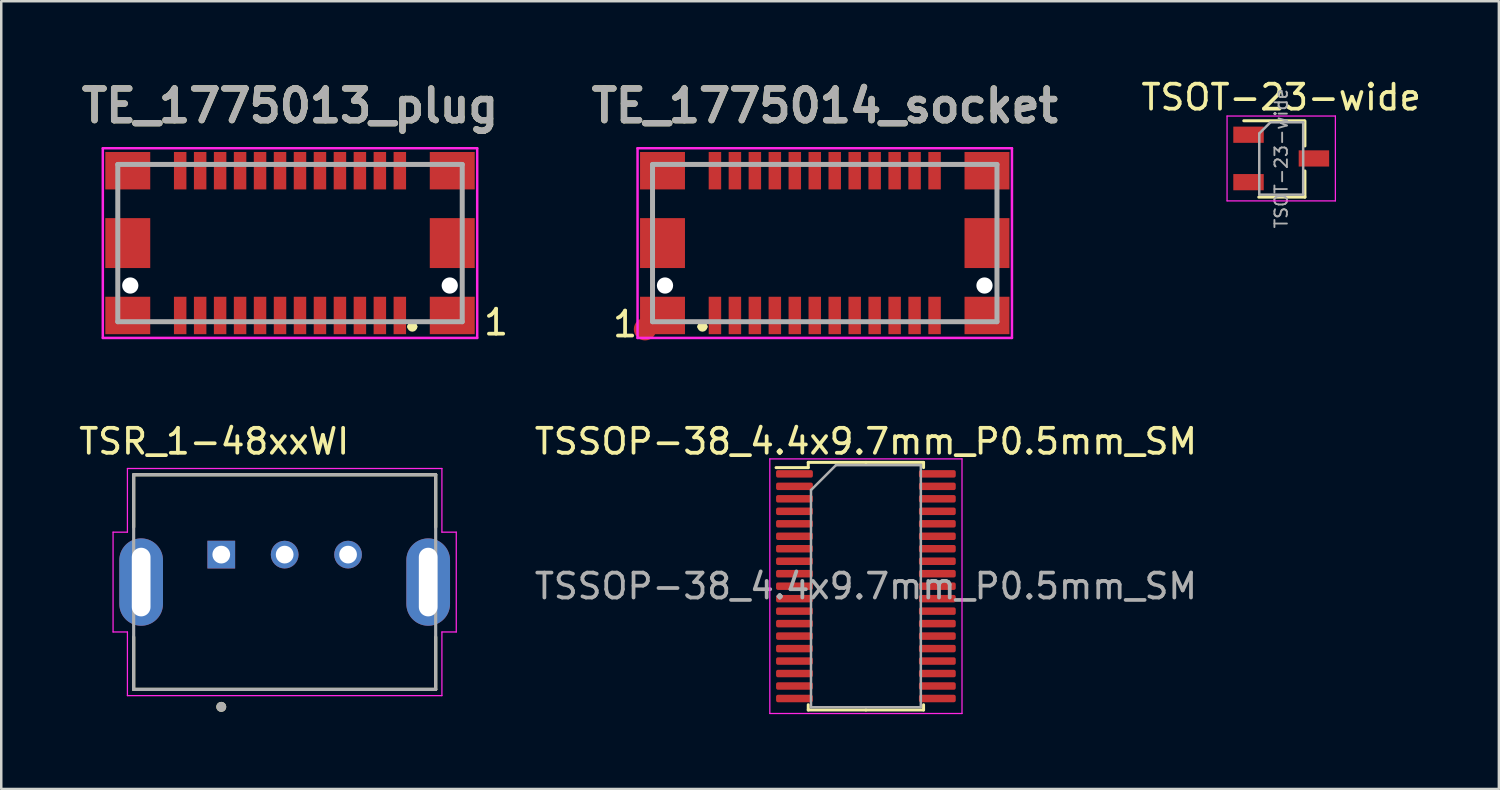
<source format=kicad_pcb>
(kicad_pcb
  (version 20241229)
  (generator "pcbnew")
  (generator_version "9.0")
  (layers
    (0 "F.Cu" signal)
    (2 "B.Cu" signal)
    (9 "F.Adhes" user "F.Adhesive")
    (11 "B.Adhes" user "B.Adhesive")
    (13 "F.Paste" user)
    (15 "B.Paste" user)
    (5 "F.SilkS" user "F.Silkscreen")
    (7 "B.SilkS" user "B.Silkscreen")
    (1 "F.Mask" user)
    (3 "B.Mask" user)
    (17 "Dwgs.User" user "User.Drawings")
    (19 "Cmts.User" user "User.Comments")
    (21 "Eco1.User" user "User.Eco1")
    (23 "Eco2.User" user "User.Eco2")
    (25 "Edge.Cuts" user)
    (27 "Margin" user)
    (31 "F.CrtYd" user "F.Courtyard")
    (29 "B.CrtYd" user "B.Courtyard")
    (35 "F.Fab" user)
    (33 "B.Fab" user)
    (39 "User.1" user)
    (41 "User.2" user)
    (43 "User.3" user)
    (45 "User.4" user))
  (footprint "TE_1775013_plug"
    (layer "F.Cu")
    (at 8.569 6.689)
    (property "Reference" "TE_1775013_plug" (at 0 -5.5 0) (layer "F.SilkS") (effects (font (size 1.27 1.27) (thickness 0.254))))
    (attr through_hole)
    (fp_line (start 4.8 3.35) (end 4.8 3.35) (stroke (width 0.2) (type solid)) (layer "F.SilkS"))
    (fp_line (start 5 3.35) (end 5 3.35) (stroke (width 0.2) (type solid)) (layer "F.SilkS"))
    (fp_arc (start 4.8 3.35) (mid 4.9 3.25) (end 5 3.35) (stroke (width 0.2) (type solid)) (layer "F.SilkS"))
    (fp_arc (start 5 3.35) (mid 4.9 3.45) (end 4.8 3.35) (stroke (width 0.2) (type solid)) (layer "F.SilkS"))
    (fp_line (start -7.5 -3.8) (end 7.5 -3.8) (stroke (width 0.1) (type solid)) (layer "F.CrtYd"))
    (fp_line (start -7.5 3.8) (end -7.5 -3.8) (stroke (width 0.1) (type solid)) (layer "F.CrtYd"))
    (fp_line (start 7.5 -3.8) (end 7.5 3.8) (stroke (width 0.1) (type solid)) (layer "F.CrtYd"))
    (fp_line (start 7.5 3.8) (end -7.5 3.8) (stroke (width 0.1) (type solid)) (layer "F.CrtYd"))
    (fp_line (start -6.9 -3.15) (end -6.9 3.15) (stroke (width 0.2) (type solid)) (layer "F.Fab"))
    (fp_line (start -6.9 3.15) (end 6.9 3.15) (stroke (width 0.2) (type solid)) (layer "F.Fab"))
    (fp_line (start 6.9 -3.15) (end -6.9 -3.15) (stroke (width 0.2) (type solid)) (layer "F.Fab"))
    (fp_line (start 6.9 3.15) (end 6.9 -3.15) (stroke (width 0.2) (type solid)) (layer "F.Fab"))
    (fp_text user "1" (at 8.255 3.175 0) (layer "F.SilkS") (effects (font (size 1 1) (thickness 0.15))))
    (fp_text user "${REFERENCE}" (at 0 -5.5 0) (layer "F.Fab") (effects (font (size 1.27 1.27) (thickness 0.254))))
    (pad "" np_thru_hole circle (at -6.4 1.7) (size 0.65 0.65) (drill 0.65) (layers "*.Cu" "*.Mask"))
    (pad "" np_thru_hole circle (at 6.4 1.7) (size 0.65 0.65) (drill 0.65) (layers "*.Cu" "*.Mask"))
    (pad "1" smd rect (at 4.4 2.9) (size 0.5 1.5) (layers "F.Cu" "F.Mask" "F.Paste"))
    (pad "2" smd rect (at 4.4 -2.9) (size 0.5 1.5) (layers "F.Cu" "F.Mask" "F.Paste"))
    (pad "3" smd rect (at 3.6 2.9) (size 0.5 1.5) (layers "F.Cu" "F.Mask" "F.Paste"))
    (pad "4" smd rect (at 3.6 -2.9) (size 0.5 1.5) (layers "F.Cu" "F.Mask" "F.Paste"))
    (pad "5" smd rect (at 2.8 2.9) (size 0.5 1.5) (layers "F.Cu" "F.Mask" "F.Paste"))
    (pad "6" smd rect (at 2.8 -2.9) (size 0.5 1.5) (layers "F.Cu" "F.Mask" "F.Paste"))
    (pad "7" smd rect (at 2 2.9) (size 0.5 1.5) (layers "F.Cu" "F.Mask" "F.Paste"))
    (pad "8" smd rect (at 2 -2.9) (size 0.5 1.5) (layers "F.Cu" "F.Mask" "F.Paste"))
    (pad "9" smd rect (at 1.2 2.9) (size 0.5 1.5) (layers "F.Cu" "F.Mask" "F.Paste"))
    (pad "10" smd rect (at 1.2 -2.9) (size 0.5 1.5) (layers "F.Cu" "F.Mask" "F.Paste"))
    (pad "11" smd rect (at 0.4 2.9) (size 0.5 1.5) (layers "F.Cu" "F.Mask" "F.Paste"))
    (pad "12" smd rect (at 0.4 -2.9) (size 0.5 1.5) (layers "F.Cu" "F.Mask" "F.Paste"))
    (pad "13" smd rect (at -0.4 2.9) (size 0.5 1.5) (layers "F.Cu" "F.Mask" "F.Paste"))
    (pad "14" smd rect (at -0.4 -2.9) (size 0.5 1.5) (layers "F.Cu" "F.Mask" "F.Paste"))
    (pad "15" smd rect (at -1.2 2.9) (size 0.5 1.5) (layers "F.Cu" "F.Mask" "F.Paste"))
    (pad "16" smd rect (at -1.2 -2.9) (size 0.5 1.5) (layers "F.Cu" "F.Mask" "F.Paste"))
    (pad "17" smd rect (at -2 2.9) (size 0.5 1.5) (layers "F.Cu" "F.Mask" "F.Paste"))
    (pad "18" smd rect (at -2 -2.9) (size 0.5 1.5) (layers "F.Cu" "F.Mask" "F.Paste"))
    (pad "19" smd rect (at -2.8 2.9) (size 0.5 1.5) (layers "F.Cu" "F.Mask" "F.Paste"))
    (pad "20" smd rect (at -2.8 -2.9) (size 0.5 1.5) (layers "F.Cu" "F.Mask" "F.Paste"))
    (pad "21" smd rect (at -3.6 2.9) (size 0.5 1.5) (layers "F.Cu" "F.Mask" "F.Paste"))
    (pad "22" smd rect (at -3.6 -2.9) (size 0.5 1.5) (layers "F.Cu" "F.Mask" "F.Paste"))
    (pad "23" smd rect (at -4.4 2.9) (size 0.5 1.5) (layers "F.Cu" "F.Mask" "F.Paste"))
    (pad "24" smd rect (at -4.4 -2.9) (size 0.5 1.5) (layers "F.Cu" "F.Mask" "F.Paste"))
    (pad "MNT" smd rect (at -6.5 -2.9 270) (size 1.5 1.8) (layers "F.Cu" "F.Mask" "F.Paste"))
    (pad "MNT" smd rect (at -6.5 0) (size 1.8 2) (layers "F.Cu" "F.Mask" "F.Paste"))
    (pad "MNT" smd rect (at -6.5 2.9 270) (size 1.5 1.8) (layers "F.Cu" "F.Mask" "F.Paste"))
    (pad "MNT" smd rect (at 6.5 -2.9 270) (size 1.5 1.8) (layers "F.Cu" "F.Mask" "F.Paste"))
    (pad "MNT" smd rect (at 6.5 0) (size 1.8 2) (layers "F.Cu" "F.Mask" "F.Paste"))
    (pad "MNT" smd rect (at 6.5 2.9 270) (size 1.5 1.8) (layers "F.Cu" "F.Mask" "F.Paste")))
  (footprint "TE_1775014_socket"
    (layer "F.Cu")
    (at 29.993 6.689)
    (property "Reference" "TE_1775014_socket" (at 0 -5.5 0) (layer "F.SilkS") (effects (font (size 1.27 1.27) (thickness 0.254))))
    (attr through_hole)
    (fp_circle (center -7.2 3.45) (end -6.9 3.45) (stroke (width 0.3) (type solid)) (fill no) (layer "F.Cu"))
    (fp_line (start -5 3.35) (end -5 3.35) (stroke (width 0.2) (type solid)) (layer "F.SilkS"))
    (fp_line (start -4.8 3.35) (end -4.8 3.35) (stroke (width 0.2) (type solid)) (layer "F.SilkS"))
    (fp_arc (start -5 3.35) (mid -4.9 3.25) (end -4.8 3.35) (stroke (width 0.2) (type solid)) (layer "F.SilkS"))
    (fp_arc (start -4.8 3.35) (mid -4.9 3.45) (end -5 3.35) (stroke (width 0.2) (type solid)) (layer "F.SilkS"))
    (fp_line (start -7.5 -3.8) (end -7.5 3.8) (stroke (width 0.1) (type solid)) (layer "F.CrtYd"))
    (fp_line (start -7.5 3.8) (end 7.5 3.8) (stroke (width 0.1) (type solid)) (layer "F.CrtYd"))
    (fp_line (start 7.5 -3.8) (end -7.5 -3.8) (stroke (width 0.1) (type solid)) (layer "F.CrtYd"))
    (fp_line (start 7.5 3.8) (end 7.5 -3.8) (stroke (width 0.1) (type solid)) (layer "F.CrtYd"))
    (fp_line (start -6.9 -3.15) (end 6.9 -3.15) (stroke (width 0.2) (type solid)) (layer "F.Fab"))
    (fp_line (start -6.9 3.15) (end -6.9 -3.15) (stroke (width 0.2) (type solid)) (layer "F.Fab"))
    (fp_line (start 6.9 -3.15) (end 6.9 3.15) (stroke (width 0.2) (type solid)) (layer "F.Fab"))
    (fp_line (start 6.9 3.15) (end -6.9 3.15) (stroke (width 0.2) (type solid)) (layer "F.Fab"))
    (fp_text user "1" (at -8 3.25 0) (layer "F.SilkS") (effects (font (size 1 1) (thickness 0.15))))
    (fp_text user "${REFERENCE}" (at 0 -5.5 0) (layer "F.Fab") (effects (font (size 1.27 1.27) (thickness 0.254))))
    (pad "" np_thru_hole circle (at -6.4 1.7) (size 0.65 0.65) (drill 0.65) (layers "*.Cu" "*.Mask"))
    (pad "" np_thru_hole circle (at 6.4 1.7) (size 0.65 0.65) (drill 0.65) (layers "*.Cu" "*.Mask"))
    (pad "1" smd rect (at -4.4 2.9) (size 0.5 1.5) (layers "F.Cu" "F.Mask" "F.Paste"))
    (pad "2" smd rect (at -4.4 -2.9) (size 0.5 1.5) (layers "F.Cu" "F.Mask" "F.Paste"))
    (pad "3" smd rect (at -3.6 2.9) (size 0.5 1.5) (layers "F.Cu" "F.Mask" "F.Paste"))
    (pad "4" smd rect (at -3.6 -2.9) (size 0.5 1.5) (layers "F.Cu" "F.Mask" "F.Paste"))
    (pad "5" smd rect (at -2.8 2.9) (size 0.5 1.5) (layers "F.Cu" "F.Mask" "F.Paste"))
    (pad "6" smd rect (at -2.8 -2.9) (size 0.5 1.5) (layers "F.Cu" "F.Mask" "F.Paste"))
    (pad "7" smd rect (at -2 2.9) (size 0.5 1.5) (layers "F.Cu" "F.Mask" "F.Paste"))
    (pad "8" smd rect (at -2 -2.9) (size 0.5 1.5) (layers "F.Cu" "F.Mask" "F.Paste"))
    (pad "9" smd rect (at -1.2 2.9) (size 0.5 1.5) (layers "F.Cu" "F.Mask" "F.Paste"))
    (pad "10" smd rect (at -1.2 -2.9) (size 0.5 1.5) (layers "F.Cu" "F.Mask" "F.Paste"))
    (pad "11" smd rect (at -0.4 2.9) (size 0.5 1.5) (layers "F.Cu" "F.Mask" "F.Paste"))
    (pad "12" smd rect (at -0.4 -2.9) (size 0.5 1.5) (layers "F.Cu" "F.Mask" "F.Paste"))
    (pad "13" smd rect (at 0.4 2.9) (size 0.5 1.5) (layers "F.Cu" "F.Mask" "F.Paste"))
    (pad "14" smd rect (at 0.4 -2.9) (size 0.5 1.5) (layers "F.Cu" "F.Mask" "F.Paste"))
    (pad "15" smd rect (at 1.2 2.9) (size 0.5 1.5) (layers "F.Cu" "F.Mask" "F.Paste"))
    (pad "16" smd rect (at 1.2 -2.9) (size 0.5 1.5) (layers "F.Cu" "F.Mask" "F.Paste"))
    (pad "17" smd rect (at 2 2.9) (size 0.5 1.5) (layers "F.Cu" "F.Mask" "F.Paste"))
    (pad "18" smd rect (at 2 -2.9) (size 0.5 1.5) (layers "F.Cu" "F.Mask" "F.Paste"))
    (pad "19" smd rect (at 2.8 2.9) (size 0.5 1.5) (layers "F.Cu" "F.Mask" "F.Paste"))
    (pad "20" smd rect (at 2.8 -2.9) (size 0.5 1.5) (layers "F.Cu" "F.Mask" "F.Paste"))
    (pad "21" smd rect (at 3.6 2.9) (size 0.5 1.5) (layers "F.Cu" "F.Mask" "F.Paste"))
    (pad "22" smd rect (at 3.6 -2.9) (size 0.5 1.5) (layers "F.Cu" "F.Mask" "F.Paste"))
    (pad "23" smd rect (at 4.4 2.9) (size 0.5 1.5) (layers "F.Cu" "F.Mask" "F.Paste"))
    (pad "24" smd rect (at 4.4 -2.9) (size 0.5 1.5) (layers "F.Cu" "F.Mask" "F.Paste"))
    (pad "MNT" smd rect (at -6.5 -2.9 90) (size 1.5 1.8) (layers "F.Cu" "F.Mask" "F.Paste"))
    (pad "MNT" smd rect (at -6.5 0) (size 1.8 2) (layers "F.Cu" "F.Mask" "F.Paste"))
    (pad "MNT" smd rect (at -6.5 2.9 90) (size 1.5 1.8) (layers "F.Cu" "F.Mask" "F.Paste"))
    (pad "MNT" smd rect (at 6.5 -2.9 90) (size 1.5 1.8) (layers "F.Cu" "F.Mask" "F.Paste"))
    (pad "MNT" smd rect (at 6.5 0) (size 1.8 2) (layers "F.Cu" "F.Mask" "F.Paste"))
    (pad "MNT" smd rect (at 6.5 2.9 90) (size 1.5 1.8) (layers "F.Cu" "F.Mask" "F.Paste")))
  (footprint "TSOT-23-wide"
    (layer "F.Cu")
    (at 48.281 3.298)
    (property "Reference" "TSOT-23-wide" (at 0 -2.45 0) (layer "F.SilkS") (effects (font (size 1 1) (thickness 0.15))))
    (attr smd)
    (fp_line (start 0.93 -1.51) (end -1.5 -1.51) (stroke (width 0.12) (type solid)) (layer "F.SilkS"))
    (fp_line (start 0.95 -1.5) (end 0.95 -0.5) (stroke (width 0.12) (type solid)) (layer "F.SilkS"))
    (fp_line (start 0.95 0.5) (end 0.95 1.55) (stroke (width 0.12) (type solid)) (layer "F.SilkS"))
    (fp_line (start 0.95 1.55) (end -0.9 1.55) (stroke (width 0.12) (type solid)) (layer "F.SilkS"))
    (fp_line (start -2.17 -1.7) (end -2.17 1.7) (stroke (width 0.05) (type solid)) (layer "F.CrtYd"))
    (fp_line (start -2.17 -1.7) (end 2.17 -1.7) (stroke (width 0.05) (type solid)) (layer "F.CrtYd"))
    (fp_line (start 2.17 1.7) (end -2.17 1.7) (stroke (width 0.05) (type solid)) (layer "F.CrtYd"))
    (fp_line (start 2.17 1.7) (end 2.17 -1.7) (stroke (width 0.05) (type solid)) (layer "F.CrtYd"))
    (fp_line (start -0.88 -1) (end -0.88 1.45) (stroke (width 0.1) (type solid)) (layer "F.Fab"))
    (fp_line (start -0.88 -1) (end -0.43 -1.45) (stroke (width 0.1) (type solid)) (layer "F.Fab"))
    (fp_line (start 0.88 -1.45) (end -0.43 -1.45) (stroke (width 0.1) (type solid)) (layer "F.Fab"))
    (fp_line (start 0.88 -1.45) (end 0.88 1.45) (stroke (width 0.1) (type solid)) (layer "F.Fab"))
    (fp_line (start 0.88 1.45) (end -0.88 1.45) (stroke (width 0.1) (type solid)) (layer "F.Fab"))
    (fp_text user "${REFERENCE}" (at 0 0 90) (layer "F.Fab") (effects (font (size 0.5 0.5) (thickness 0.075))))
    (pad "1" smd rect (at -1.31 -0.95) (size 1.22 0.65) (layers "F.Cu" "F.Mask" "F.Paste"))
    (pad "2" smd rect (at -1.31 0.95) (size 1.22 0.65) (layers "F.Cu" "F.Mask" "F.Paste"))
    (pad "3" smd rect (at 1.31 0) (size 1.22 0.65) (layers "F.Cu" "F.Mask" "F.Paste")))
  (footprint "TSSOP-38_4.4x9.7mm_P0.5mm_SM"
    (layer "F.Cu")
    (at 31.642 20.435)
    (property "Reference" "TSSOP-38_4.4x9.7mm_P0.5mm_SM" (at 0 -5.8 0) (layer "F.SilkS") (effects (font (size 1 1) (thickness 0.15))))
    (attr smd)
    (fp_line (start -2.31 -4.96) (end -2.31 -4.75) (stroke (width 0.12) (type solid)) (layer "F.SilkS"))
    (fp_line (start -2.31 -4.75) (end -3.6 -4.75) (stroke (width 0.12) (type solid)) (layer "F.SilkS"))
    (fp_line (start -2.31 4.96) (end -2.31 4.75) (stroke (width 0.12) (type solid)) (layer "F.SilkS"))
    (fp_line (start 0 -4.96) (end -2.31 -4.96) (stroke (width 0.12) (type solid)) (layer "F.SilkS"))
    (fp_line (start 0 -4.96) (end 2.31 -4.96) (stroke (width 0.12) (type solid)) (layer "F.SilkS"))
    (fp_line (start 0 4.96) (end -2.31 4.96) (stroke (width 0.12) (type solid)) (layer "F.SilkS"))
    (fp_line (start 0 4.96) (end 2.31 4.96) (stroke (width 0.12) (type solid)) (layer "F.SilkS"))
    (fp_line (start 2.31 -4.96) (end 2.31 -4.75) (stroke (width 0.12) (type solid)) (layer "F.SilkS"))
    (fp_line (start 2.31 4.96) (end 2.31 4.75) (stroke (width 0.12) (type solid)) (layer "F.SilkS"))
    (fp_line (start -3.85 -5.1) (end -3.85 5.1) (stroke (width 0.05) (type solid)) (layer "F.CrtYd"))
    (fp_line (start -3.85 5.1) (end 3.85 5.1) (stroke (width 0.05) (type solid)) (layer "F.CrtYd"))
    (fp_line (start 3.85 -5.1) (end -3.85 -5.1) (stroke (width 0.05) (type solid)) (layer "F.CrtYd"))
    (fp_line (start 3.85 5.1) (end 3.85 -5.1) (stroke (width 0.05) (type solid)) (layer "F.CrtYd"))
    (fp_line (start -2.2 -3.85) (end -1.2 -4.85) (stroke (width 0.1) (type solid)) (layer "F.Fab"))
    (fp_line (start -2.2 4.85) (end -2.2 -3.85) (stroke (width 0.1) (type solid)) (layer "F.Fab"))
    (fp_line (start -1.2 -4.85) (end 2.2 -4.85) (stroke (width 0.1) (type solid)) (layer "F.Fab"))
    (fp_line (start 2.2 -4.85) (end 2.2 4.85) (stroke (width 0.1) (type solid)) (layer "F.Fab"))
    (fp_line (start 2.2 4.85) (end -2.2 4.85) (stroke (width 0.1) (type solid)) (layer "F.Fab"))
    (fp_text user "${REFERENCE}" (at 0 0 0) (layer "F.Fab") (effects (font (size 1 1) (thickness 0.15))))
    (pad "" smd roundrect (at -3.1 0 180) (size 0.3 9.5) (layers "F.Paste") (roundrect_rratio 0.25))
    (pad "" smd roundrect (at -2.25 -4.5 180) (size 0.3 0.3) (layers "F.Paste") (roundrect_rratio 0.25))
    (pad "" smd roundrect (at 2.25 4.5 180) (size 0.3 0.3) (layers "F.Paste") (roundrect_rratio 0.25))
    (pad "" smd roundrect (at 3.1 0 180) (size 0.3 9.5) (layers "F.Paste") (roundrect_rratio 0.25))
    (pad "1" smd roundrect (at -2.862 -4.5) (size 1.475 0.3) (layers "F.Cu" "F.Mask") (roundrect_rratio 0.25))
    (pad "2" smd roundrect (at -2.862 -4) (size 1.475 0.3) (layers "F.Cu" "F.Mask") (roundrect_rratio 0.25))
    (pad "3" smd roundrect (at -2.862 -3.5) (size 1.475 0.3) (layers "F.Cu" "F.Mask") (roundrect_rratio 0.25))
    (pad "4" smd roundrect (at -2.862 -3) (size 1.475 0.3) (layers "F.Cu" "F.Mask") (roundrect_rratio 0.25))
    (pad "5" smd roundrect (at -2.862 -2.5) (size 1.475 0.3) (layers "F.Cu" "F.Mask") (roundrect_rratio 0.25))
    (pad "6" smd roundrect (at -2.862 -2) (size 1.475 0.3) (layers "F.Cu" "F.Mask") (roundrect_rratio 0.25))
    (pad "7" smd roundrect (at -2.862 -1.5) (size 1.475 0.3) (layers "F.Cu" "F.Mask") (roundrect_rratio 0.25))
    (pad "8" smd roundrect (at -2.862 -1) (size 1.475 0.3) (layers "F.Cu" "F.Mask") (roundrect_rratio 0.25))
    (pad "9" smd roundrect (at -2.862 -0.5) (size 1.475 0.3) (layers "F.Cu" "F.Mask") (roundrect_rratio 0.25))
    (pad "10" smd roundrect (at -2.862 0) (size 1.475 0.3) (layers "F.Cu" "F.Mask") (roundrect_rratio 0.25))
    (pad "11" smd roundrect (at -2.862 0.5) (size 1.475 0.3) (layers "F.Cu" "F.Mask") (roundrect_rratio 0.25))
    (pad "12" smd roundrect (at -2.862 1) (size 1.475 0.3) (layers "F.Cu" "F.Mask") (roundrect_rratio 0.25))
    (pad "13" smd roundrect (at -2.862 1.5) (size 1.475 0.3) (layers "F.Cu" "F.Mask") (roundrect_rratio 0.25))
    (pad "14" smd roundrect (at -2.862 2) (size 1.475 0.3) (layers "F.Cu" "F.Mask") (roundrect_rratio 0.25))
    (pad "15" smd roundrect (at -2.862 2.5) (size 1.475 0.3) (layers "F.Cu" "F.Mask") (roundrect_rratio 0.25))
    (pad "16" smd roundrect (at -2.862 3) (size 1.475 0.3) (layers "F.Cu" "F.Mask") (roundrect_rratio 0.25))
    (pad "17" smd roundrect (at -2.862 3.5) (size 1.475 0.3) (layers "F.Cu" "F.Mask") (roundrect_rratio 0.25))
    (pad "18" smd roundrect (at -2.862 4) (size 1.475 0.3) (layers "F.Cu" "F.Mask") (roundrect_rratio 0.25))
    (pad "19" smd roundrect (at -2.862 4.5) (size 1.475 0.3) (layers "F.Cu" "F.Mask") (roundrect_rratio 0.25))
    (pad "20" smd roundrect (at 2.862 4.5) (size 1.475 0.3) (layers "F.Cu" "F.Mask") (roundrect_rratio 0.25))
    (pad "21" smd roundrect (at 2.862 4) (size 1.475 0.3) (layers "F.Cu" "F.Mask") (roundrect_rratio 0.25))
    (pad "22" smd roundrect (at 2.862 3.5) (size 1.475 0.3) (layers "F.Cu" "F.Mask") (roundrect_rratio 0.25))
    (pad "23" smd roundrect (at 2.862 3) (size 1.475 0.3) (layers "F.Cu" "F.Mask") (roundrect_rratio 0.25))
    (pad "24" smd roundrect (at 2.862 2.5) (size 1.475 0.3) (layers "F.Cu" "F.Mask") (roundrect_rratio 0.25))
    (pad "25" smd roundrect (at 2.862 2) (size 1.475 0.3) (layers "F.Cu" "F.Mask") (roundrect_rratio 0.25))
    (pad "26" smd roundrect (at 2.862 1.5) (size 1.475 0.3) (layers "F.Cu" "F.Mask") (roundrect_rratio 0.25))
    (pad "27" smd roundrect (at 2.862 1) (size 1.475 0.3) (layers "F.Cu" "F.Mask") (roundrect_rratio 0.25))
    (pad "28" smd roundrect (at 2.862 0.5) (size 1.475 0.3) (layers "F.Cu" "F.Mask") (roundrect_rratio 0.25))
    (pad "29" smd roundrect (at 2.862 0) (size 1.475 0.3) (layers "F.Cu" "F.Mask") (roundrect_rratio 0.25))
    (pad "30" smd roundrect (at 2.862 -0.5) (size 1.475 0.3) (layers "F.Cu" "F.Mask") (roundrect_rratio 0.25))
    (pad "31" smd roundrect (at 2.862 -1) (size 1.475 0.3) (layers "F.Cu" "F.Mask") (roundrect_rratio 0.25))
    (pad "32" smd roundrect (at 2.862 -1.5) (size 1.475 0.3) (layers "F.Cu" "F.Mask") (roundrect_rratio 0.25))
    (pad "33" smd roundrect (at 2.862 -2) (size 1.475 0.3) (layers "F.Cu" "F.Mask") (roundrect_rratio 0.25))
    (pad "34" smd roundrect (at 2.862 -2.5) (size 1.475 0.3) (layers "F.Cu" "F.Mask") (roundrect_rratio 0.25))
    (pad "35" smd roundrect (at 2.862 -3) (size 1.475 0.3) (layers "F.Cu" "F.Mask") (roundrect_rratio 0.25))
    (pad "36" smd roundrect (at 2.862 -3.5) (size 1.475 0.3) (layers "F.Cu" "F.Mask") (roundrect_rratio 0.25))
    (pad "37" smd roundrect (at 2.862 -4) (size 1.475 0.3) (layers "F.Cu" "F.Mask") (roundrect_rratio 0.25))
    (pad "38" smd roundrect (at 2.862 -4.5) (size 1.475 0.3) (layers "F.Cu" "F.Mask") (roundrect_rratio 0.25)))
  (footprint "TSR_1-48xxWI"
    (layer "F.Cu")
    (at 8.355 20.27)
    (property "Reference" "TSR_1-48xxWI" (at -2.825 -5.635 0) (layer "F.SilkS") (effects (font (size 1 1) (thickness 0.15))))
    (attr through_hole)
    (fp_line (start -6.05 -4.3) (end 6.05 -4.3) (stroke (width 0.127) (type solid)) (layer "F.SilkS"))
    (fp_line (start -6.05 -2.2) (end -6.05 -4.3) (stroke (width 0.127) (type solid)) (layer "F.SilkS"))
    (fp_line (start -6.05 4.3) (end -6.05 2.2) (stroke (width 0.127) (type solid)) (layer "F.SilkS"))
    (fp_line (start 6.05 -2.2) (end 6.05 -4.3) (stroke (width 0.127) (type solid)) (layer "F.SilkS"))
    (fp_line (start 6.05 4.3) (end -6.05 4.3) (stroke (width 0.127) (type solid)) (layer "F.SilkS"))
    (fp_line (start 6.05 4.3) (end 6.05 2.2) (stroke (width 0.127) (type solid)) (layer "F.SilkS"))
    (fp_circle (center -2.54 5) (end -2.44 5) (stroke (width 0.2) (type solid)) (fill no) (layer "F.SilkS"))
    (fp_line (start -6.875 -2) (end -6.875 2) (stroke (width 0.05) (type solid)) (layer "F.CrtYd"))
    (fp_line (start -6.875 2) (end -6.3 2) (stroke (width 0.05) (type solid)) (layer "F.CrtYd"))
    (fp_line (start -6.3 -4.55) (end -6.3 -2) (stroke (width 0.05) (type solid)) (layer "F.CrtYd"))
    (fp_line (start -6.3 -4.55) (end 6.3 -4.55) (stroke (width 0.05) (type solid)) (layer "F.CrtYd"))
    (fp_line (start -6.3 -2) (end -6.875 -2) (stroke (width 0.05) (type solid)) (layer "F.CrtYd"))
    (fp_line (start -6.3 2) (end -6.3 4.55) (stroke (width 0.05) (type solid)) (layer "F.CrtYd"))
    (fp_line (start 6.3 -2) (end 6.3 -4.55) (stroke (width 0.05) (type solid)) (layer "F.CrtYd"))
    (fp_line (start 6.3 2) (end 6.875 2) (stroke (width 0.05) (type solid)) (layer "F.CrtYd"))
    (fp_line (start 6.3 4.55) (end -6.3 4.55) (stroke (width 0.05) (type solid)) (layer "F.CrtYd"))
    (fp_line (start 6.3 4.55) (end 6.3 2) (stroke (width 0.05) (type solid)) (layer "F.CrtYd"))
    (fp_line (start 6.875 -2) (end 6.3 -2) (stroke (width 0.05) (type solid)) (layer "F.CrtYd"))
    (fp_line (start 6.875 2) (end 6.875 -2) (stroke (width 0.05) (type solid)) (layer "F.CrtYd"))
    (fp_line (start -6.05 -4.3) (end 6.05 -4.3) (stroke (width 0.127) (type solid)) (layer "F.Fab"))
    (fp_line (start -6.05 4.3) (end -6.05 -4.3) (stroke (width 0.127) (type solid)) (layer "F.Fab"))
    (fp_line (start 6.05 -4.3) (end 6.05 4.3) (stroke (width 0.127) (type solid)) (layer "F.Fab"))
    (fp_line (start 6.05 4.3) (end -6.05 4.3) (stroke (width 0.127) (type solid)) (layer "F.Fab"))
    (fp_circle (center -2.54 5) (end -2.44 5) (stroke (width 0.2) (type solid)) (fill no) (layer "F.Fab"))
    (pad "1" thru_hole rect (at -2.54 -1.1) (size 1.11 1.11) (drill 0.71) (layers "*.Cu" "*.Mask"))
    (pad "2" thru_hole circle (at 0 -1.1) (size 1.11 1.11) (drill 0.71) (layers "*.Cu" "*.Mask"))
    (pad "3" thru_hole circle (at 2.54 -1.1) (size 1.11 1.11) (drill 0.71) (layers "*.Cu" "*.Mask"))
    (pad "4" thru_hole oval (at -5.75 0) (size 1.75 3.5) (drill oval 0.75 2.75) (layers "*.Cu" "*.Mask"))
    (pad "5" thru_hole oval (at 5.75 0) (size 1.75 3.5) (drill oval 0.75 2.75) (layers "*.Cu" "*.Mask")))
  (gr_rect
    (start -3 -3)
    (end 57.001 28.56)
    (stroke (width 0.1) (type default))
    (fill no)
    (layer "Edge.Cuts")))
</source>
